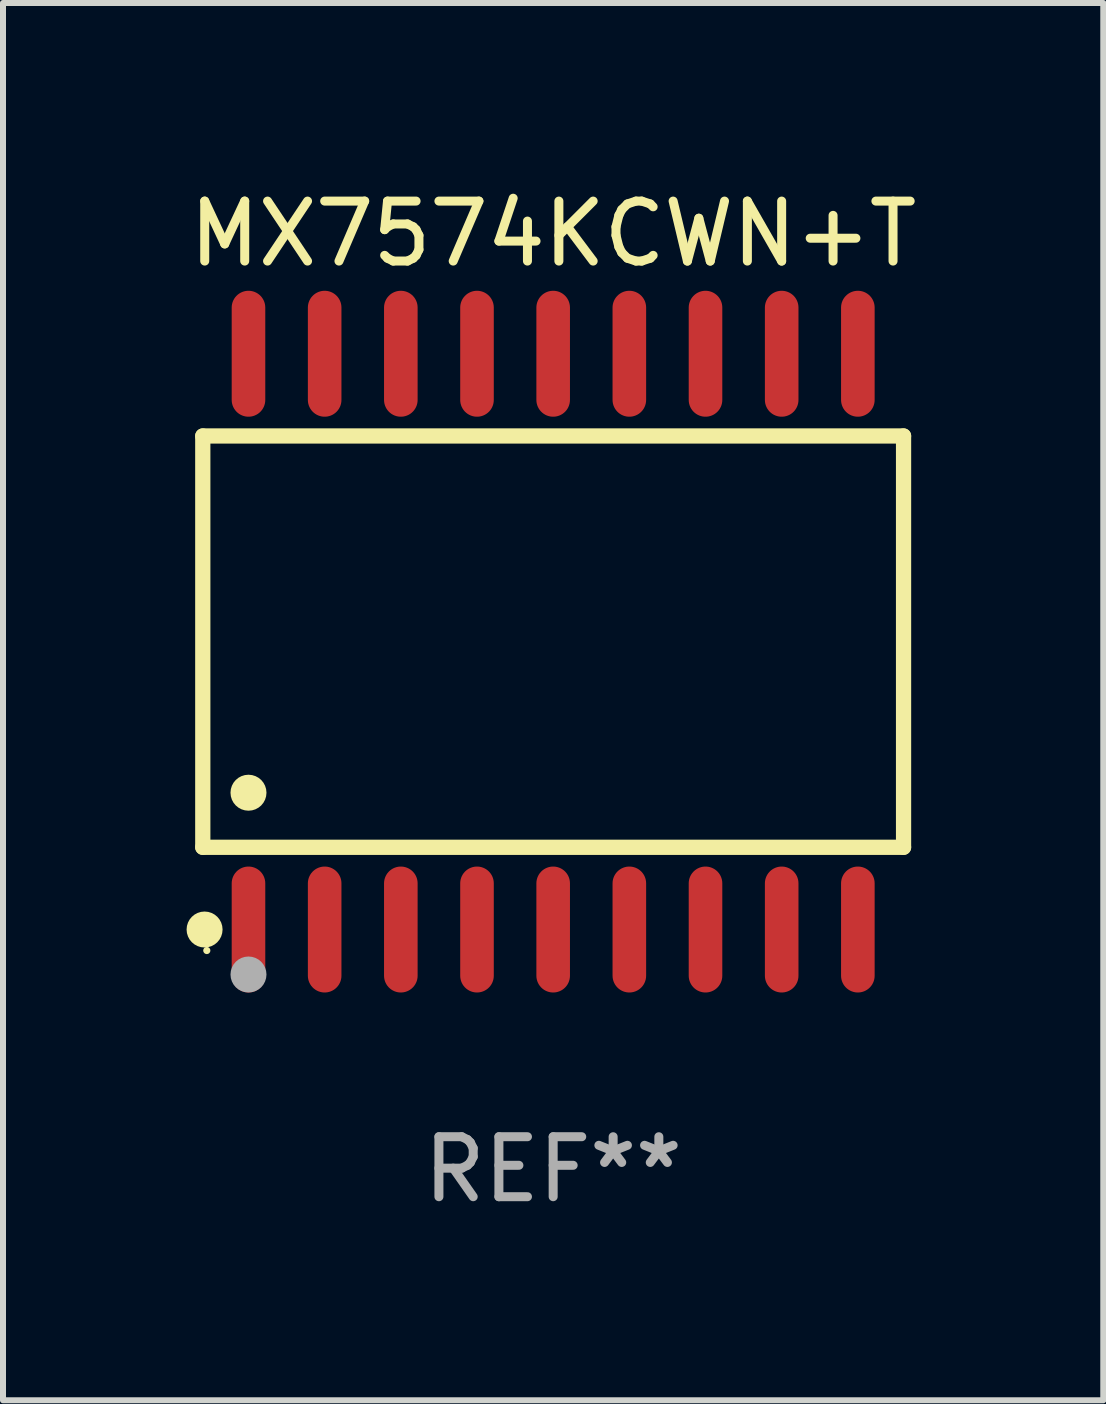
<source format=kicad_pcb>
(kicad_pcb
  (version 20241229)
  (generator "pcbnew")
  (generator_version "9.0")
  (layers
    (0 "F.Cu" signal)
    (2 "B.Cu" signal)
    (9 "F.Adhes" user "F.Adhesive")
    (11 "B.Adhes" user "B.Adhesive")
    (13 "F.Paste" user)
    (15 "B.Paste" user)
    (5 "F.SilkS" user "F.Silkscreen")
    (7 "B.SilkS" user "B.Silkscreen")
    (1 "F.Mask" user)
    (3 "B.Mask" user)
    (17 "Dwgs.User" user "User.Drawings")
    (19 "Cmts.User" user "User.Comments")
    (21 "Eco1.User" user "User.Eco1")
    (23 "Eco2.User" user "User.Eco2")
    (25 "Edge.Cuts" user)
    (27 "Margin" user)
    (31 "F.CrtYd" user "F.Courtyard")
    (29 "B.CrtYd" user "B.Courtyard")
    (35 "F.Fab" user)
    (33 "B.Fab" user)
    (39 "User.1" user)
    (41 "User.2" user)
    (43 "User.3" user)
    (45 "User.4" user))
  (footprint "MX7574KCWN+T"
    (layer "F.Cu")
    (at 6.173 7.648)
    (property "Reference" "MX7574KCWN+T" (at 0 -6.8 0) (layer "F.SilkS") (effects (font (size 1 1) (thickness 0.15))))
    (attr through_hole)
    (fp_line (start -5.842 -3.429) (end -5.842 3.429) (stroke (width 0.254) (type solid)) (layer "F.SilkS"))
    (fp_line (start -5.842 3.429) (end 5.842 3.429) (stroke (width 0.254) (type solid)) (layer "F.SilkS"))
    (fp_line (start 5.842 -3.429) (end -5.842 -3.429) (stroke (width 0.254) (type solid)) (layer "F.SilkS"))
    (fp_line (start 5.842 3.429) (end 5.842 -3.429) (stroke (width 0.254) (type solid)) (layer "F.SilkS"))
    (fp_circle (center -5.812 4.8) (end -5.662 4.8) (stroke (width 0.3) (type solid)) (fill no) (layer "F.SilkS"))
    (fp_circle (center -5.775 5.15) (end -5.745 5.15) (stroke (width 0.06) (type solid)) (fill no) (layer "F.SilkS"))
    (fp_circle (center -5.08 2.519) (end -4.93 2.519) (stroke (width 0.3) (type solid)) (fill no) (layer "F.SilkS"))
    (fp_circle (center -5.08 5.55) (end -4.93 5.55) (stroke (width 0.3) (type solid)) (fill no) (layer "F.Fab"))
    (fp_text user "REF**" (at 0 8.8 0) (layer "F.Fab") (effects (font (size 1 1) (thickness 0.15))))
    (pad "1" smd oval (at -5.08 4.8) (size 0.56 2.1) (layers "F.Cu" "F.Mask" "F.Paste"))
    (pad "2" smd oval (at -3.81 4.8) (size 0.56 2.1) (layers "F.Cu" "F.Mask" "F.Paste"))
    (pad "3" smd oval (at -2.54 4.8) (size 0.56 2.1) (layers "F.Cu" "F.Mask" "F.Paste"))
    (pad "4" smd oval (at -1.27 4.8) (size 0.56 2.1) (layers "F.Cu" "F.Mask" "F.Paste"))
    (pad "5" smd oval (at 0 4.8) (size 0.56 2.1) (layers "F.Cu" "F.Mask" "F.Paste"))
    (pad "6" smd oval (at 1.27 4.8) (size 0.56 2.1) (layers "F.Cu" "F.Mask" "F.Paste"))
    (pad "7" smd oval (at 2.54 4.8) (size 0.56 2.1) (layers "F.Cu" "F.Mask" "F.Paste"))
    (pad "8" smd oval (at 3.81 4.8) (size 0.56 2.1) (layers "F.Cu" "F.Mask" "F.Paste"))
    (pad "9" smd oval (at 5.08 4.8) (size 0.56 2.1) (layers "F.Cu" "F.Mask" "F.Paste"))
    (pad "10" smd oval (at 5.08 -4.8) (size 0.56 2.1) (layers "F.Cu" "F.Mask" "F.Paste"))
    (pad "11" smd oval (at 3.81 -4.8) (size 0.56 2.1) (layers "F.Cu" "F.Mask" "F.Paste"))
    (pad "12" smd oval (at 2.54 -4.8) (size 0.56 2.1) (layers "F.Cu" "F.Mask" "F.Paste"))
    (pad "13" smd oval (at 1.27 -4.8) (size 0.56 2.1) (layers "F.Cu" "F.Mask" "F.Paste"))
    (pad "14" smd oval (at 0 -4.8) (size 0.56 2.1) (layers "F.Cu" "F.Mask" "F.Paste"))
    (pad "15" smd oval (at -1.27 -4.8) (size 0.56 2.1) (layers "F.Cu" "F.Mask" "F.Paste"))
    (pad "16" smd oval (at -2.54 -4.8) (size 0.56 2.1) (layers "F.Cu" "F.Mask" "F.Paste"))
    (pad "17" smd oval (at -3.81 -4.8) (size 0.56 2.1) (layers "F.Cu" "F.Mask" "F.Paste"))
    (pad "18" smd oval (at -5.08 -4.8) (size 0.56 2.1) (layers "F.Cu" "F.Mask" "F.Paste")))
  (gr_rect
    (start -3 -3)
    (end 15.345 20.297)
    (stroke (width 0.1) (type default))
    (fill no)
    (layer "Edge.Cuts")))
</source>
